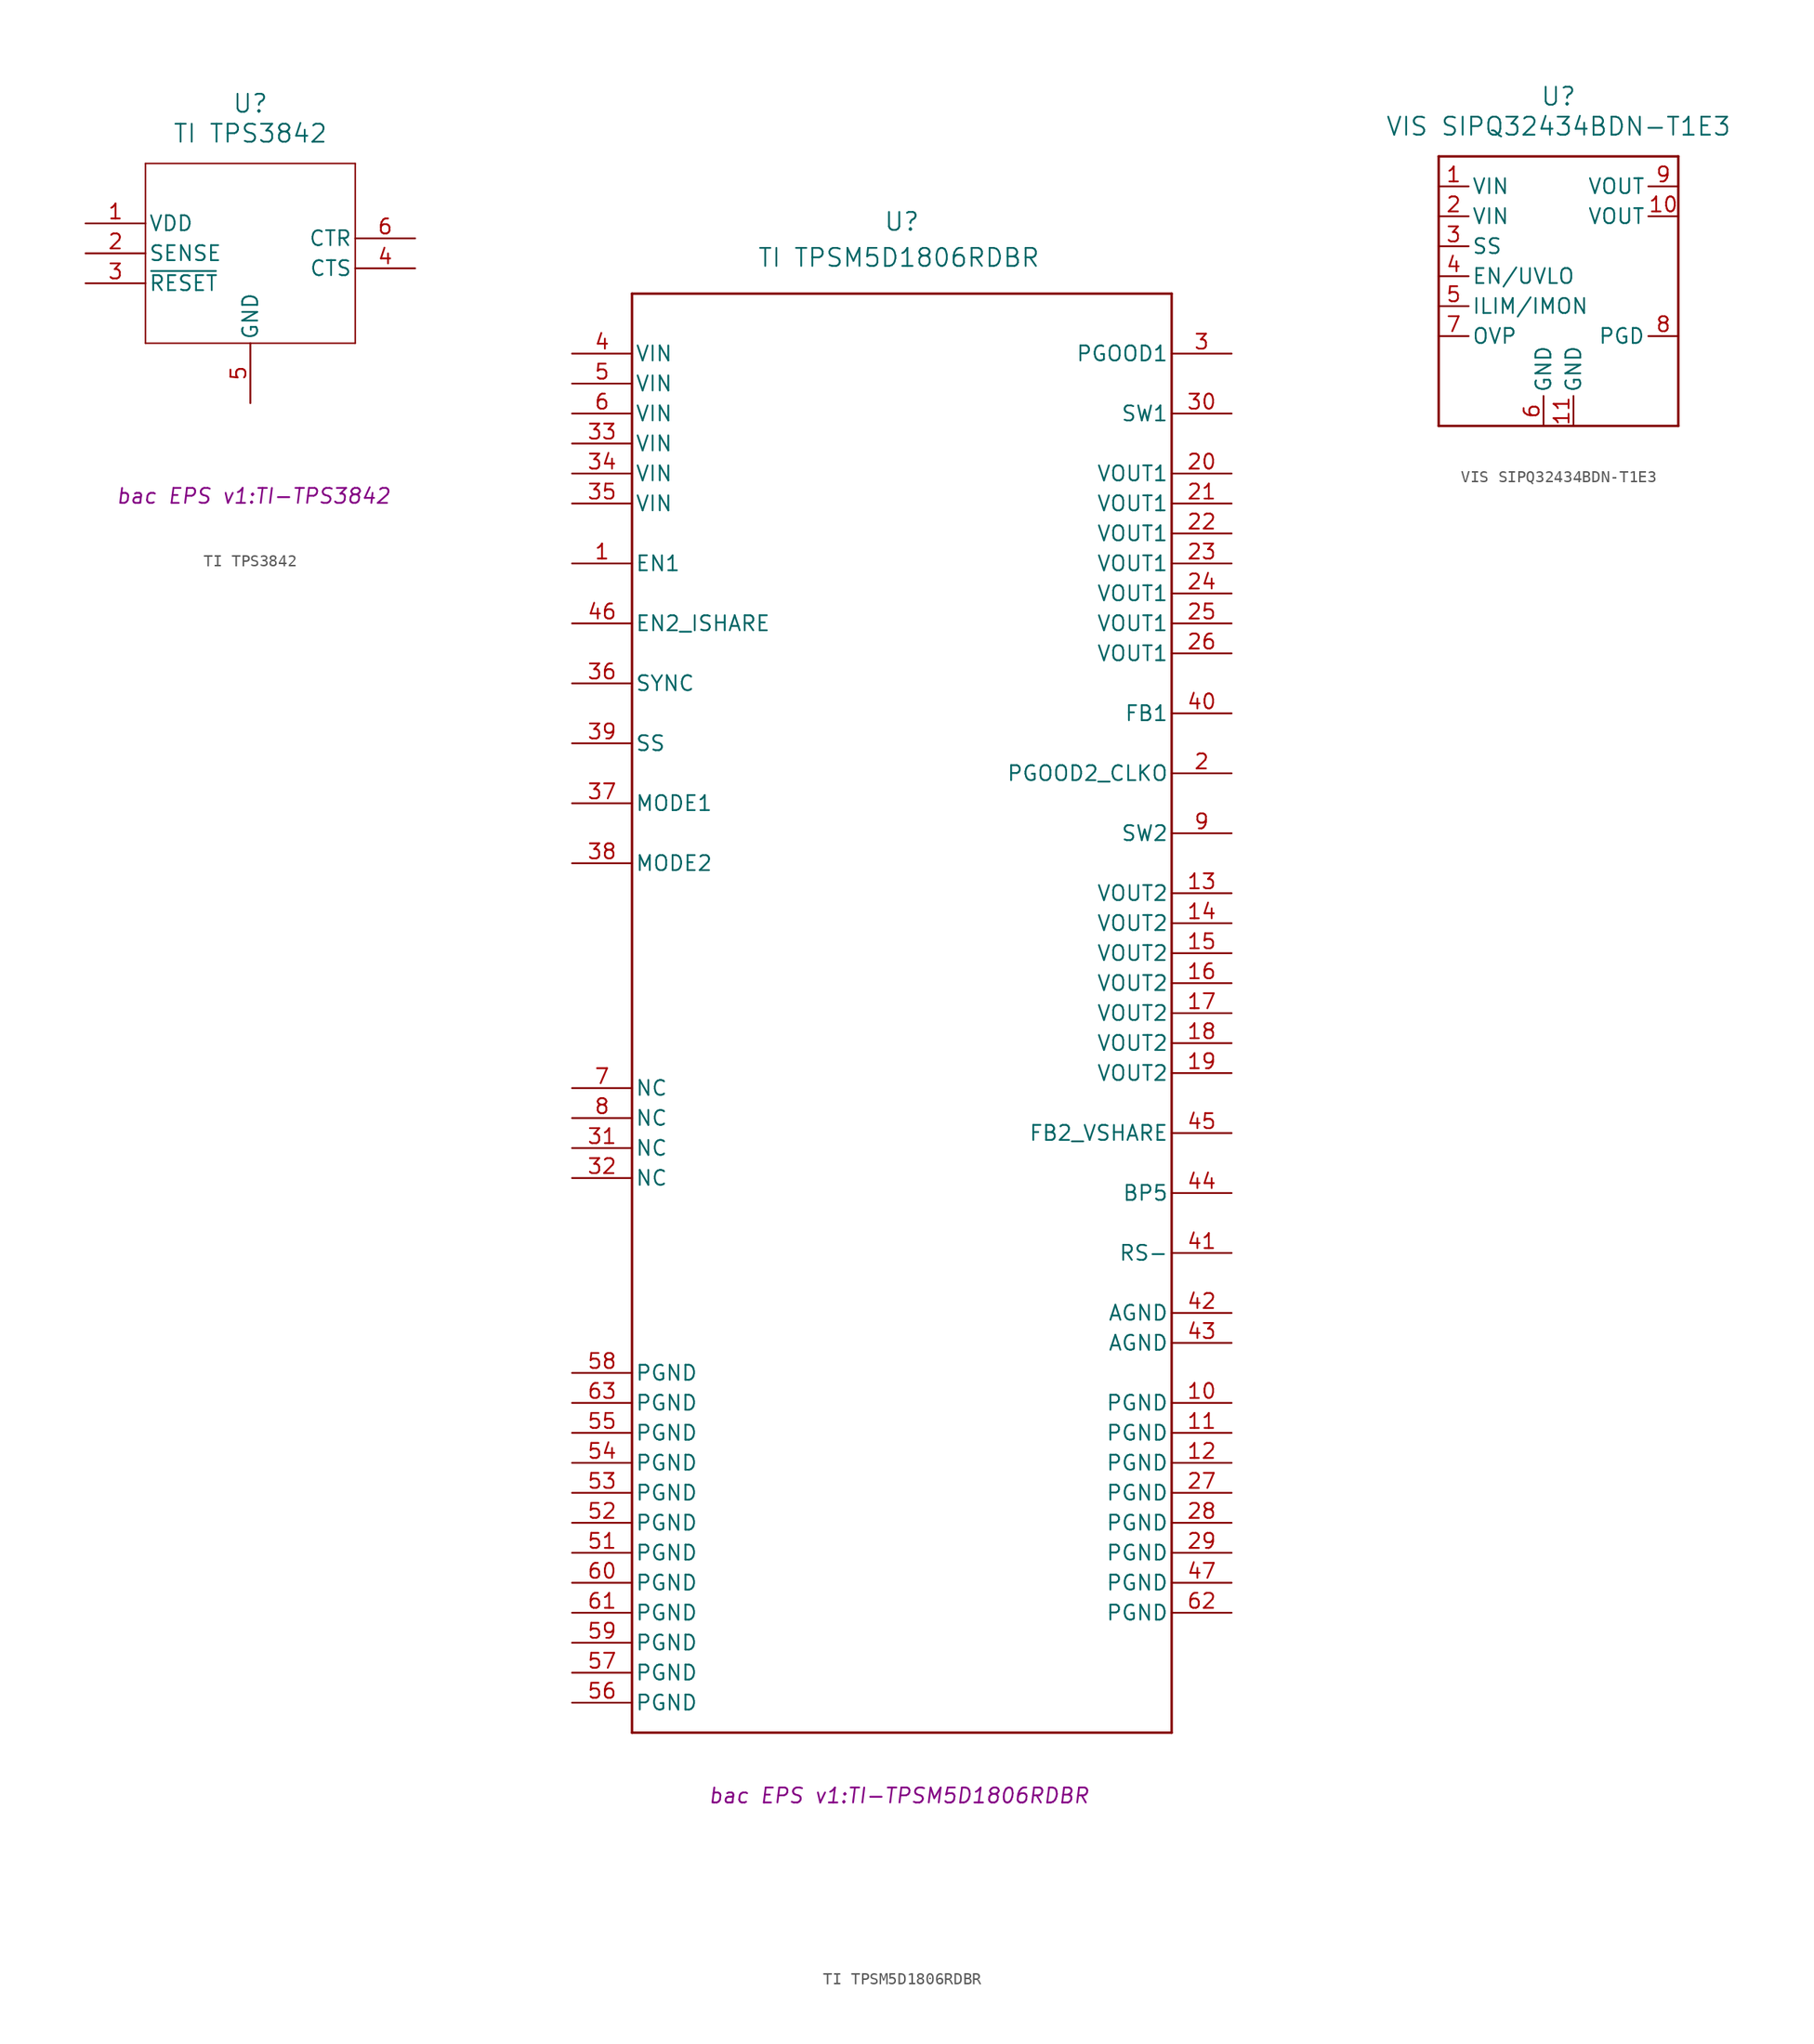
<source format=kicad_sym>
(kicad_symbol_lib
  (version 20231120)
  (generator "kicad_symbol_editor")
  (generator_version "8.0")
  (symbol "TI TPS3842"
    (pin_names
      (offset 0.254))
    (property "Reference" "U"
      (at 0 12.7 0)
      (effects (font (size 1.524 1.524))))
    (property "Value" "TI TPS3842"
      (at 0 10.16 0)
      (effects (font (size 1.524 1.524))))
    (property "Footprint" "bac EPS v1:TI-TPS3842"
      (at 0.254 -20.574 0)
      (effects (font (size 1.27 1.27) (italic yes))))
    (symbol "TI TPS3842_0_1"
      (polyline (pts (xy -8.89 -7.62) (xy 8.89 -7.62)) (stroke (width 0.127) (type default)) (fill (type none)))
      (polyline (pts (xy -8.89 7.62) (xy -8.89 -7.62)) (stroke (width 0.127) (type default)) (fill (type none)))
      (polyline (pts (xy 8.89 -7.62) (xy 8.89 7.62)) (stroke (width 0.127) (type default)) (fill (type none)))
      (polyline (pts (xy 8.89 7.62) (xy -8.89 7.62)) (stroke (width 0.127) (type default)) (fill (type none)))
      (pin input line (at -13.97 2.54 0) (length 5.08) (name "VDD" (effects (font (size 1.27 1.27)))) (number "1" (effects (font (size 1.27 1.27)))))
      (pin input line (at -13.97 0 0) (length 5.08) (name "SENSE" (effects (font (size 1.27 1.27)))) (number "2" (effects (font (size 1.27 1.27)))))
      (pin input line (at 13.97 -1.27 180) (length 5.08) (name "CTS" (effects (font (size 1.27 1.27)))) (number "4" (effects (font (size 1.27 1.27)))))
      (pin power_out line (at 0 -12.7 90) (length 5.08) (name "GND" (effects (font (size 1.27 1.27)))) (number "5" (effects (font (size 1.27 1.27)))))
      (pin input line (at 13.97 1.27 180) (length 5.08) (name "CTR" (effects (font (size 1.27 1.27)))) (number "6" (effects (font (size 1.27 1.27))))))
    (symbol "TI TPS3842_1_1"
      (pin output line (at -13.97 -2.54 0) (length 5.08) (name "~{RESET}" (effects (font (size 1.27 1.27)))) (number "3" (effects (font (size 1.27 1.27)))))))
  (symbol "TI TPSM5D1806RDBR"
    (pin_names
      (offset 0.254))
    (property "Reference" "U"
      (at 0 70.866 0)
      (effects (font (size 1.524 1.524))))
    (property "Value" "TI TPSM5D1806RDBR"
      (at -0.254 67.818 0)
      (effects (font (size 1.524 1.524))))
    (property "Footprint" "bac EPS v1:TI-TPSM5D1806RDBR"
      (at -0.254 -62.484 0)
      (effects (font (size 1.27 1.27) (italic yes))))
    (symbol "TI TPSM5D1806RDBR_0_1"
      (polyline (pts (xy -22.86 -57.15) (xy 22.86 -57.15)) (stroke (width 0.203) (type default)) (fill (type none)))
      (polyline (pts (xy -22.86 64.77) (xy -22.86 -57.15)) (stroke (width 0.203) (type default)) (fill (type none)))
      (polyline (pts (xy 22.86 -57.15) (xy 22.86 64.77)) (stroke (width 0.203) (type default)) (fill (type none)))
      (polyline (pts (xy 22.86 64.77) (xy -22.86 64.77)) (stroke (width 0.203) (type default)) (fill (type none)))
      (pin input line (at -27.94 41.91 0) (length 5.08) (name "EN1" (effects (font (size 1.27 1.27)))) (number "1" (effects (font (size 1.27 1.27)))))
      (pin power_in line (at 27.94 -29.21 180) (length 5.08) (name "PGND" (effects (font (size 1.27 1.27)))) (number "10" (effects (font (size 1.27 1.27)))))
      (pin power_in line (at 27.94 -31.75 180) (length 5.08) (name "PGND" (effects (font (size 1.27 1.27)))) (number "11" (effects (font (size 1.27 1.27)))))
      (pin power_in line (at 27.94 -34.29 180) (length 5.08) (name "PGND" (effects (font (size 1.27 1.27)))) (number "12" (effects (font (size 1.27 1.27)))))
      (pin power_in line (at 27.94 13.97 180) (length 5.08) (name "VOUT2" (effects (font (size 1.27 1.27)))) (number "13" (effects (font (size 1.27 1.27)))))
      (pin power_in line (at 27.94 11.43 180) (length 5.08) (name "VOUT2" (effects (font (size 1.27 1.27)))) (number "14" (effects (font (size 1.27 1.27)))))
      (pin power_in line (at 27.94 8.89 180) (length 5.08) (name "VOUT2" (effects (font (size 1.27 1.27)))) (number "15" (effects (font (size 1.27 1.27)))))
      (pin power_in line (at 27.94 6.35 180) (length 5.08) (name "VOUT2" (effects (font (size 1.27 1.27)))) (number "16" (effects (font (size 1.27 1.27)))))
      (pin power_in line (at 27.94 3.81 180) (length 5.08) (name "VOUT2" (effects (font (size 1.27 1.27)))) (number "17" (effects (font (size 1.27 1.27)))))
      (pin power_in line (at 27.94 1.27 180) (length 5.08) (name "VOUT2" (effects (font (size 1.27 1.27)))) (number "18" (effects (font (size 1.27 1.27)))))
      (pin power_in line (at 27.94 -1.27 180) (length 5.08) (name "VOUT2" (effects (font (size 1.27 1.27)))) (number "19" (effects (font (size 1.27 1.27)))))
      (pin open_collector line (at 27.94 24.13 180) (length 5.08) (name "PGOOD2_CLKO" (effects (font (size 1.27 1.27)))) (number "2" (effects (font (size 1.27 1.27)))))
      (pin power_in line (at 27.94 49.53 180) (length 5.08) (name "VOUT1" (effects (font (size 1.27 1.27)))) (number "20" (effects (font (size 1.27 1.27)))))
      (pin power_in line (at 27.94 46.99 180) (length 5.08) (name "VOUT1" (effects (font (size 1.27 1.27)))) (number "21" (effects (font (size 1.27 1.27)))))
      (pin power_in line (at 27.94 44.45 180) (length 5.08) (name "VOUT1" (effects (font (size 1.27 1.27)))) (number "22" (effects (font (size 1.27 1.27)))))
      (pin power_in line (at 27.94 41.91 180) (length 5.08) (name "VOUT1" (effects (font (size 1.27 1.27)))) (number "23" (effects (font (size 1.27 1.27)))))
      (pin power_in line (at 27.94 39.37 180) (length 5.08) (name "VOUT1" (effects (font (size 1.27 1.27)))) (number "24" (effects (font (size 1.27 1.27)))))
      (pin power_in line (at 27.94 36.83 180) (length 5.08) (name "VOUT1" (effects (font (size 1.27 1.27)))) (number "25" (effects (font (size 1.27 1.27)))))
      (pin power_in line (at 27.94 34.29 180) (length 5.08) (name "VOUT1" (effects (font (size 1.27 1.27)))) (number "26" (effects (font (size 1.27 1.27)))))
      (pin power_in line (at 27.94 -36.83 180) (length 5.08) (name "PGND" (effects (font (size 1.27 1.27)))) (number "27" (effects (font (size 1.27 1.27)))))
      (pin power_in line (at 27.94 -39.37 180) (length 5.08) (name "PGND" (effects (font (size 1.27 1.27)))) (number "28" (effects (font (size 1.27 1.27)))))
      (pin power_in line (at 27.94 -41.91 180) (length 5.08) (name "PGND" (effects (font (size 1.27 1.27)))) (number "29" (effects (font (size 1.27 1.27)))))
      (pin open_collector line (at 27.94 59.69 180) (length 5.08) (name "PGOOD1" (effects (font (size 1.27 1.27)))) (number "3" (effects (font (size 1.27 1.27)))))
      (pin unspecified line (at 27.94 54.61 180) (length 5.08) (name "SW1" (effects (font (size 1.27 1.27)))) (number "30" (effects (font (size 1.27 1.27)))))
      (pin unspecified line (at -27.94 -7.62 0) (length 5.08) (name "NC" (effects (font (size 1.27 1.27)))) (number "31" (effects (font (size 1.27 1.27)))))
      (pin unspecified line (at -27.94 -10.16 0) (length 5.08) (name "NC" (effects (font (size 1.27 1.27)))) (number "32" (effects (font (size 1.27 1.27)))))
      (pin power_in line (at -27.94 52.07 0) (length 5.08) (name "VIN" (effects (font (size 1.27 1.27)))) (number "33" (effects (font (size 1.27 1.27)))))
      (pin power_in line (at -27.94 49.53 0) (length 5.08) (name "VIN" (effects (font (size 1.27 1.27)))) (number "34" (effects (font (size 1.27 1.27)))))
      (pin power_in line (at -27.94 46.99 0) (length 5.08) (name "VIN" (effects (font (size 1.27 1.27)))) (number "35" (effects (font (size 1.27 1.27)))))
      (pin input line (at -27.94 31.75 0) (length 5.08) (name "SYNC" (effects (font (size 1.27 1.27)))) (number "36" (effects (font (size 1.27 1.27)))))
      (pin unspecified line (at -27.94 21.59 0) (length 5.08) (name "MODE1" (effects (font (size 1.27 1.27)))) (number "37" (effects (font (size 1.27 1.27)))))
      (pin unspecified line (at -27.94 16.51 0) (length 5.08) (name "MODE2" (effects (font (size 1.27 1.27)))) (number "38" (effects (font (size 1.27 1.27)))))
      (pin unspecified line (at -27.94 26.67 0) (length 5.08) (name "SS" (effects (font (size 1.27 1.27)))) (number "39" (effects (font (size 1.27 1.27)))))
      (pin power_in line (at -27.94 59.69 0) (length 5.08) (name "VIN" (effects (font (size 1.27 1.27)))) (number "4" (effects (font (size 1.27 1.27)))))
      (pin unspecified line (at 27.94 29.21 180) (length 5.08) (name "FB1" (effects (font (size 1.27 1.27)))) (number "40" (effects (font (size 1.27 1.27)))))
      (pin unspecified line (at 27.94 -16.51 180) (length 5.08) (name "RS-" (effects (font (size 1.27 1.27)))) (number "41" (effects (font (size 1.27 1.27)))))
      (pin power_in line (at 27.94 -21.59 180) (length 5.08) (name "AGND" (effects (font (size 1.27 1.27)))) (number "42" (effects (font (size 1.27 1.27)))))
      (pin power_in line (at 27.94 -24.13 180) (length 5.08) (name "AGND" (effects (font (size 1.27 1.27)))) (number "43" (effects (font (size 1.27 1.27)))))
      (pin power_in line (at 27.94 -11.43 180) (length 5.08) (name "BP5" (effects (font (size 1.27 1.27)))) (number "44" (effects (font (size 1.27 1.27)))))
      (pin unspecified line (at 27.94 -6.35 180) (length 5.08) (name "FB2_VSHARE" (effects (font (size 1.27 1.27)))) (number "45" (effects (font (size 1.27 1.27)))))
      (pin bidirectional line (at -27.94 36.83 0) (length 5.08) (name "EN2_ISHARE" (effects (font (size 1.27 1.27)))) (number "46" (effects (font (size 1.27 1.27)))))
      (pin power_in line (at 27.94 -44.45 180) (length 5.08) (name "PGND" (effects (font (size 1.27 1.27)))) (number "47" (effects (font (size 1.27 1.27)))))
      (pin power_in line (at -27.94 57.15 0) (length 5.08) (name "VIN" (effects (font (size 1.27 1.27)))) (number "5" (effects (font (size 1.27 1.27)))))
      (pin power_in line (at -27.94 -41.91 0) (length 5.08) (name "PGND" (effects (font (size 1.27 1.27)))) (number "51" (effects (font (size 1.27 1.27)))))
      (pin power_in line (at -27.94 -39.37 0) (length 5.08) (name "PGND" (effects (font (size 1.27 1.27)))) (number "52" (effects (font (size 1.27 1.27)))))
      (pin power_in line (at -27.94 -36.83 0) (length 5.08) (name "PGND" (effects (font (size 1.27 1.27)))) (number "53" (effects (font (size 1.27 1.27)))))
      (pin power_in line (at -27.94 -34.29 0) (length 5.08) (name "PGND" (effects (font (size 1.27 1.27)))) (number "54" (effects (font (size 1.27 1.27)))))
      (pin power_in line (at -27.94 -31.75 0) (length 5.08) (name "PGND" (effects (font (size 1.27 1.27)))) (number "55" (effects (font (size 1.27 1.27)))))
      (pin power_in line (at -27.94 -54.61 0) (length 5.08) (name "PGND" (effects (font (size 1.27 1.27)))) (number "56" (effects (font (size 1.27 1.27)))))
      (pin power_in line (at -27.94 -52.07 0) (length 5.08) (name "PGND" (effects (font (size 1.27 1.27)))) (number "57" (effects (font (size 1.27 1.27)))))
      (pin power_in line (at -27.94 -26.67 0) (length 5.08) (name "PGND" (effects (font (size 1.27 1.27)))) (number "58" (effects (font (size 1.27 1.27)))))
      (pin power_in line (at -27.94 -49.53 0) (length 5.08) (name "PGND" (effects (font (size 1.27 1.27)))) (number "59" (effects (font (size 1.27 1.27)))))
      (pin power_in line (at -27.94 54.61 0) (length 5.08) (name "VIN" (effects (font (size 1.27 1.27)))) (number "6" (effects (font (size 1.27 1.27)))))
      (pin power_in line (at -27.94 -44.45 0) (length 5.08) (name "PGND" (effects (font (size 1.27 1.27)))) (number "60" (effects (font (size 1.27 1.27)))))
      (pin power_in line (at -27.94 -46.99 0) (length 5.08) (name "PGND" (effects (font (size 1.27 1.27)))) (number "61" (effects (font (size 1.27 1.27)))))
      (pin power_in line (at 27.94 -46.99 180) (length 5.08) (name "PGND" (effects (font (size 1.27 1.27)))) (number "62" (effects (font (size 1.27 1.27)))))
      (pin power_in line (at -27.94 -29.21 0) (length 5.08) (name "PGND" (effects (font (size 1.27 1.27)))) (number "63" (effects (font (size 1.27 1.27)))))
      (pin unspecified line (at -27.94 -2.54 0) (length 5.08) (name "NC" (effects (font (size 1.27 1.27)))) (number "7" (effects (font (size 1.27 1.27)))))
      (pin unspecified line (at -27.94 -5.08 0) (length 5.08) (name "NC" (effects (font (size 1.27 1.27)))) (number "8" (effects (font (size 1.27 1.27)))))
      (pin unspecified line (at 27.94 19.05 180) (length 5.08) (name "SW2" (effects (font (size 1.27 1.27)))) (number "9" (effects (font (size 1.27 1.27)))))))
  (symbol "VIS SIPQ32434BDN-T1E3"
    (pin_names
      (offset 0.254))
    (property "Reference" "U"
      (at 0 16.51 0)
      (effects (font (size 1.524 1.524))))
    (property "Value" "VIS SIPQ32434BDN-T1E3"
      (at 0 13.97 0)
      (effects (font (size 1.524 1.524))))
    (symbol "VIS SIPQ32434BDN-T1E3_0_1"
      (polyline (pts (xy -10.16 -11.43) (xy 10.16 -11.43)) (stroke (width 0.203) (type default)) (fill (type none)))
      (polyline (pts (xy -10.16 11.43) (xy -10.16 -11.43)) (stroke (width 0.203) (type default)) (fill (type none)))
      (polyline (pts (xy 10.16 -11.43) (xy 10.16 11.43)) (stroke (width 0.203) (type default)) (fill (type none)))
      (polyline (pts (xy 10.16 11.43) (xy -10.16 11.43)) (stroke (width 0.203) (type default)) (fill (type none)))
      (pin power_in line (at -10.16 8.89 0) (length 2.54) (name "VIN" (effects (font (size 1.27 1.27)))) (number "1" (effects (font (size 1.27 1.27)))))
      (pin passive line (at 10.16 6.35 180) (length 2.54) (name "VOUT" (effects (font (size 1.27 1.27)))) (number "10" (effects (font (size 1.27 1.27)))))
      (pin power_in line (at 1.27 -11.43 90) (length 2.54) (name "GND" (effects (font (size 1.27 1.27)))) (number "11" (effects (font (size 1.27 1.27)))))
      (pin power_in line (at -10.16 6.35 0) (length 2.54) (name "VIN" (effects (font (size 1.27 1.27)))) (number "2" (effects (font (size 1.27 1.27)))))
      (pin input line (at -10.16 3.81 0) (length 2.54) (name "SS" (effects (font (size 1.27 1.27)))) (number "3" (effects (font (size 1.27 1.27)))))
      (pin input line (at -10.16 1.27 0) (length 2.54) (name "EN/UVLO" (effects (font (size 1.27 1.27)))) (number "4" (effects (font (size 1.27 1.27)))))
      (pin input line (at -10.16 -1.27 0) (length 2.54) (name "ILIM/IMON" (effects (font (size 1.27 1.27)))) (number "5" (effects (font (size 1.27 1.27)))))
      (pin power_in line (at -1.27 -11.43 90) (length 2.54) (name "GND" (effects (font (size 1.27 1.27)))) (number "6" (effects (font (size 1.27 1.27)))))
      (pin input line (at -10.16 -3.81 0) (length 2.54) (name "OVP" (effects (font (size 1.27 1.27)))) (number "7" (effects (font (size 1.27 1.27)))))
      (pin output line (at 10.16 -3.81 180) (length 2.54) (name "PGD" (effects (font (size 1.27 1.27)))) (number "8" (effects (font (size 1.27 1.27))))))
    (symbol "VIS SIPQ32434BDN-T1E3_1_1"
      (pin passive line (at 10.16 8.89 180) (length 2.54) (name "VOUT" (effects (font (size 1.27 1.27)))) (number "9" (effects (font (size 1.27 1.27))))))))
</source>
